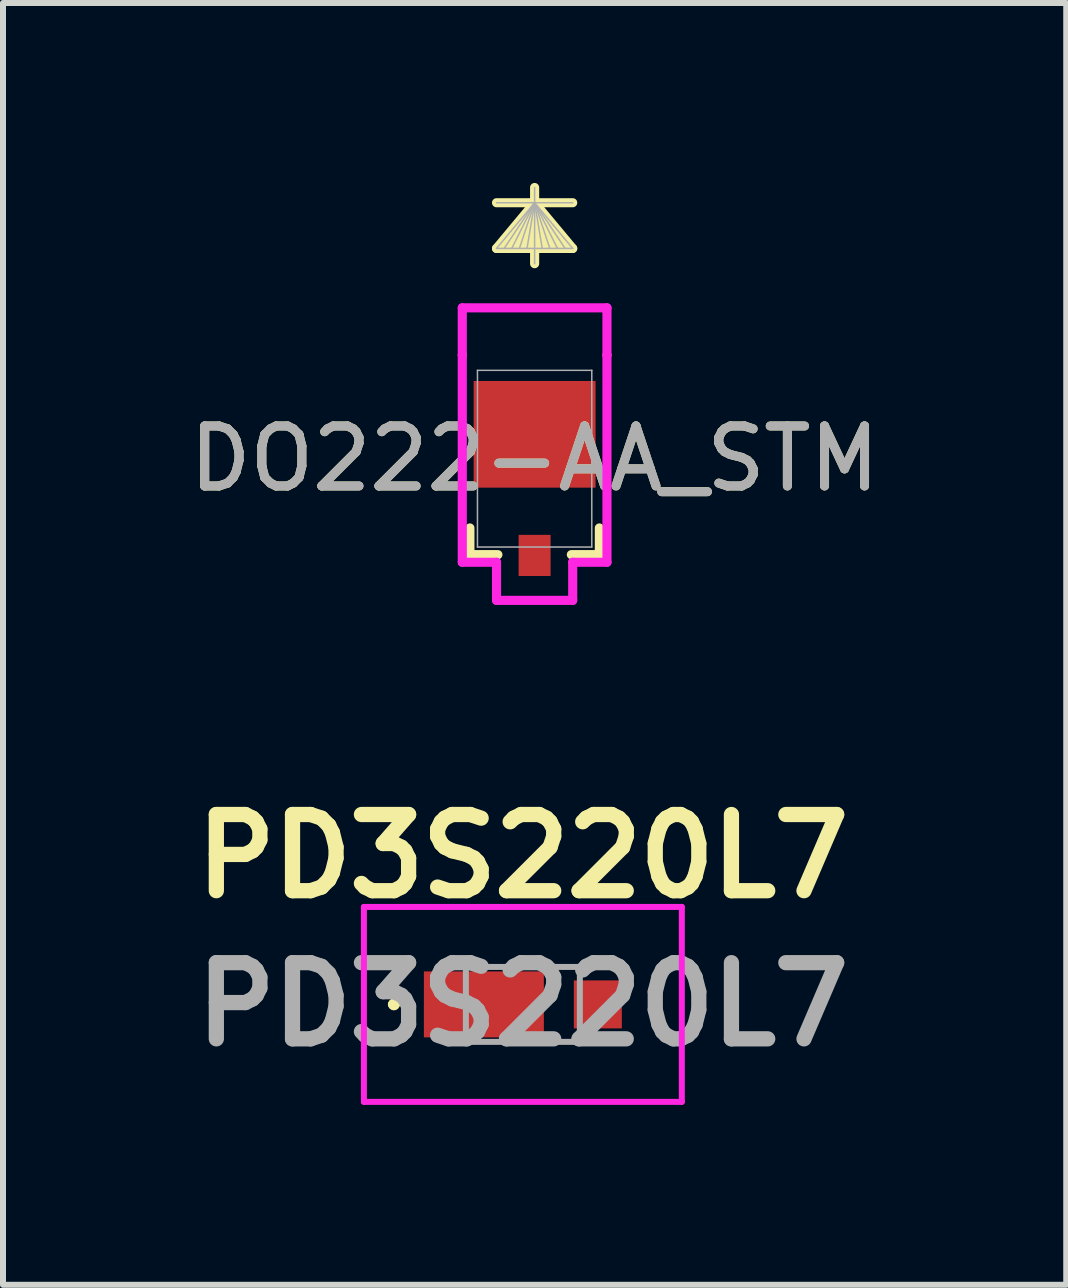
<source format=kicad_pcb>
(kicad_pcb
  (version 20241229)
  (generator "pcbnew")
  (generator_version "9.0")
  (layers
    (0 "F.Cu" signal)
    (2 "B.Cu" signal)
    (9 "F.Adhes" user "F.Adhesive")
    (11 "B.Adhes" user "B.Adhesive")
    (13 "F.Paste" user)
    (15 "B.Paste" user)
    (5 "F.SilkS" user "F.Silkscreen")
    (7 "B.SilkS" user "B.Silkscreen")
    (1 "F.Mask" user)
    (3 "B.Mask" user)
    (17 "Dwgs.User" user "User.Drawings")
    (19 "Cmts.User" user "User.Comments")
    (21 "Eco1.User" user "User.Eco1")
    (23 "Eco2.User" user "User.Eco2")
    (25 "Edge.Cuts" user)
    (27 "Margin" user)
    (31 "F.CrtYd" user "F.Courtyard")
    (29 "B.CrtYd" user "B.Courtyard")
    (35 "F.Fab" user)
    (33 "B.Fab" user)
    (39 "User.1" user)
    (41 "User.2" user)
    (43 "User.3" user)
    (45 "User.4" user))
  (footprint "DO222-AA_STM"
    (layer "F.Cu")
    (at 5.863 4.597)
    (property "Reference" "DO222-AA_STM" (at 0 0 0) (unlocked yes) (layer "F.SilkS") (effects (font (size 1 1) (thickness 0.15))))
    (attr smd)
    (fp_line (start -1.079 1.155) (end -1.079 1.6) (stroke (width 0.152) (type solid)) (layer "F.SilkS"))
    (fp_line (start -1.079 1.6) (end -0.612 1.6) (stroke (width 0.152) (type solid)) (layer "F.SilkS"))
    (fp_line (start 0 -4.267) (end -0.635 -3.505) (stroke (width 0.152) (type solid)) (layer "F.SilkS"))
    (fp_line (start 0 -4.267) (end -0.508 -3.505) (stroke (width 0.152) (type solid)) (layer "F.SilkS"))
    (fp_line (start 0 -4.267) (end -0.381 -3.505) (stroke (width 0.152) (type solid)) (layer "F.SilkS"))
    (fp_line (start 0 -4.267) (end -0.254 -3.505) (stroke (width 0.152) (type solid)) (layer "F.SilkS"))
    (fp_line (start 0 -4.267) (end -0.127 -3.505) (stroke (width 0.152) (type solid)) (layer "F.SilkS"))
    (fp_line (start 0 -4.267) (end 0.127 -3.505) (stroke (width 0.152) (type solid)) (layer "F.SilkS"))
    (fp_line (start 0 -4.267) (end 0.254 -3.505) (stroke (width 0.152) (type solid)) (layer "F.SilkS"))
    (fp_line (start 0 -4.267) (end 0.381 -3.505) (stroke (width 0.152) (type solid)) (layer "F.SilkS"))
    (fp_line (start 0 -4.267) (end 0.508 -3.505) (stroke (width 0.152) (type solid)) (layer "F.SilkS"))
    (fp_line (start 0 -4.267) (end 0.635 -3.505) (stroke (width 0.152) (type solid)) (layer "F.SilkS"))
    (fp_line (start 0 -3.251) (end 0 -4.521) (stroke (width 0.152) (type solid)) (layer "F.SilkS"))
    (fp_line (start 0.612 1.6) (end 1.079 1.6) (stroke (width 0.152) (type solid)) (layer "F.SilkS"))
    (fp_line (start 0.635 -4.267) (end -0.635 -4.267) (stroke (width 0.152) (type solid)) (layer "F.SilkS"))
    (fp_line (start 0.635 -3.505) (end -0.635 -3.505) (stroke (width 0.152) (type solid)) (layer "F.SilkS"))
    (fp_line (start 1.079 1.6) (end 1.079 1.155) (stroke (width 0.152) (type solid)) (layer "F.SilkS"))
    (fp_line (start -1.206 -2.515) (end -1.206 -1.727) (stroke (width 0.152) (type solid)) (layer "F.CrtYd"))
    (fp_line (start -1.206 -2.515) (end 1.206 -2.515) (stroke (width 0.152) (type solid)) (layer "F.CrtYd"))
    (fp_line (start -1.206 -1.727) (end -1.206 -1.727) (stroke (width 0.152) (type solid)) (layer "F.CrtYd"))
    (fp_line (start -1.206 1.727) (end -1.206 -1.727) (stroke (width 0.152) (type solid)) (layer "F.CrtYd"))
    (fp_line (start -0.635 1.727) (end -1.206 1.727) (stroke (width 0.152) (type solid)) (layer "F.CrtYd"))
    (fp_line (start -0.635 1.727) (end -0.635 2.362) (stroke (width 0.152) (type solid)) (layer "F.CrtYd"))
    (fp_line (start -0.635 2.362) (end 0.635 2.362) (stroke (width 0.152) (type solid)) (layer "F.CrtYd"))
    (fp_line (start 0.635 1.727) (end 0.635 2.362) (stroke (width 0.152) (type solid)) (layer "F.CrtYd"))
    (fp_line (start 1.206 -2.515) (end 1.206 -1.727) (stroke (width 0.152) (type solid)) (layer "F.CrtYd"))
    (fp_line (start 1.206 -1.727) (end 1.206 -1.727) (stroke (width 0.152) (type solid)) (layer "F.CrtYd"))
    (fp_line (start 1.206 -1.727) (end 1.206 1.727) (stroke (width 0.152) (type solid)) (layer "F.CrtYd"))
    (fp_line (start 1.206 1.727) (end 0.635 1.727) (stroke (width 0.152) (type solid)) (layer "F.CrtYd"))
    (fp_line (start -0.953 -1.473) (end -0.953 1.473) (stroke (width 0.025) (type solid)) (layer "F.Fab"))
    (fp_line (start -0.953 1.473) (end 0.953 1.473) (stroke (width 0.025) (type solid)) (layer "F.Fab"))
    (fp_line (start 0 -4.267) (end -0.635 -3.505) (stroke (width 0.025) (type solid)) (layer "F.Fab"))
    (fp_line (start 0 -4.267) (end -0.508 -3.505) (stroke (width 0.025) (type solid)) (layer "F.Fab"))
    (fp_line (start 0 -4.267) (end -0.381 -3.505) (stroke (width 0.025) (type solid)) (layer "F.Fab"))
    (fp_line (start 0 -4.267) (end -0.254 -3.505) (stroke (width 0.025) (type solid)) (layer "F.Fab"))
    (fp_line (start 0 -4.267) (end -0.127 -3.505) (stroke (width 0.025) (type solid)) (layer "F.Fab"))
    (fp_line (start 0 -4.267) (end 0.127 -3.505) (stroke (width 0.025) (type solid)) (layer "F.Fab"))
    (fp_line (start 0 -4.267) (end 0.254 -3.505) (stroke (width 0.025) (type solid)) (layer "F.Fab"))
    (fp_line (start 0 -4.267) (end 0.381 -3.505) (stroke (width 0.025) (type solid)) (layer "F.Fab"))
    (fp_line (start 0 -4.267) (end 0.508 -3.505) (stroke (width 0.025) (type solid)) (layer "F.Fab"))
    (fp_line (start 0 -4.267) (end 0.635 -3.505) (stroke (width 0.025) (type solid)) (layer "F.Fab"))
    (fp_line (start 0 -3.251) (end 0 -4.521) (stroke (width 0.025) (type solid)) (layer "F.Fab"))
    (fp_line (start 0.635 -4.267) (end -0.635 -4.267) (stroke (width 0.025) (type solid)) (layer "F.Fab"))
    (fp_line (start 0.635 -3.505) (end -0.635 -3.505) (stroke (width 0.025) (type solid)) (layer "F.Fab"))
    (fp_line (start 0.953 -1.473) (end -0.953 -1.473) (stroke (width 0.025) (type solid)) (layer "F.Fab"))
    (fp_line (start 0.953 1.473) (end 0.953 -1.473) (stroke (width 0.025) (type solid)) (layer "F.Fab"))
    (fp_text user "${REFERENCE}" (at 0 0 0) (unlocked yes) (layer "F.Fab") (effects (font (size 1 1) (thickness 0.15))))
    (pad "1" smd rect (at 0 -0.406) (size 2.032 1.778) (layers "F.Cu" "F.Mask" "F.Paste"))
    (pad "2" smd rect (at 0 1.613) (size 0.533 0.686) (layers "F.Cu" "F.Mask" "F.Paste")))
  (footprint "PD3S220L7"
    (layer "F.Cu")
    (at 5.667 13.695)
    (property "Reference" "PD3S220L7" (at 0 -2.47 0) (layer "F.SilkS") (effects (font (size 1.27 1.27) (thickness 0.254))))
    (attr smd)
    (fp_line (start -2.2 0) (end -2.2 0) (stroke (width 0.1) (type solid)) (layer "F.SilkS"))
    (fp_line (start -2.1 0) (end -2.1 0) (stroke (width 0.1) (type solid)) (layer "F.SilkS"))
    (fp_arc (start -2.2 0) (mid -2.15 -0.05) (end -2.1 0) (stroke (width 0.1) (type solid)) (layer "F.SilkS"))
    (fp_arc (start -2.1 0) (mid -2.15 0.05) (end -2.2 0) (stroke (width 0.1) (type solid)) (layer "F.SilkS"))
    (fp_line (start -2.65 -1.625) (end 2.65 -1.625) (stroke (width 0.1) (type solid)) (layer "F.CrtYd"))
    (fp_line (start -2.65 1.625) (end -2.65 -1.625) (stroke (width 0.1) (type solid)) (layer "F.CrtYd"))
    (fp_line (start 2.65 -1.625) (end 2.65 1.625) (stroke (width 0.1) (type solid)) (layer "F.CrtYd"))
    (fp_line (start 2.65 1.625) (end -2.65 1.625) (stroke (width 0.1) (type solid)) (layer "F.CrtYd"))
    (fp_line (start -0.95 -0.625) (end 0.95 -0.625) (stroke (width 0.1) (type solid)) (layer "F.Fab"))
    (fp_line (start -0.95 0.625) (end -0.95 -0.625) (stroke (width 0.1) (type solid)) (layer "F.Fab"))
    (fp_line (start 0.95 -0.625) (end 0.95 0.625) (stroke (width 0.1) (type solid)) (layer "F.Fab"))
    (fp_line (start 0.95 0.625) (end -0.95 0.625) (stroke (width 0.1) (type solid)) (layer "F.Fab"))
    (fp_text user "${REFERENCE}" (at 0 0 0) (layer "F.Fab") (effects (font (size 1.27 1.27) (thickness 0.254))))
    (pad "1" smd rect (at -0.65 0 90) (size 1.1 2) (layers "F.Cu" "F.Mask" "F.Paste"))
    (pad "2" smd rect (at 1.25 0 90) (size 0.8 0.8) (layers "F.Cu" "F.Mask" "F.Paste")))
  (gr_rect
    (start -3 -3)
    (end 14.726 18.37)
    (stroke (width 0.1) (type default))
    (fill no)
    (layer "Edge.Cuts")))
</source>
